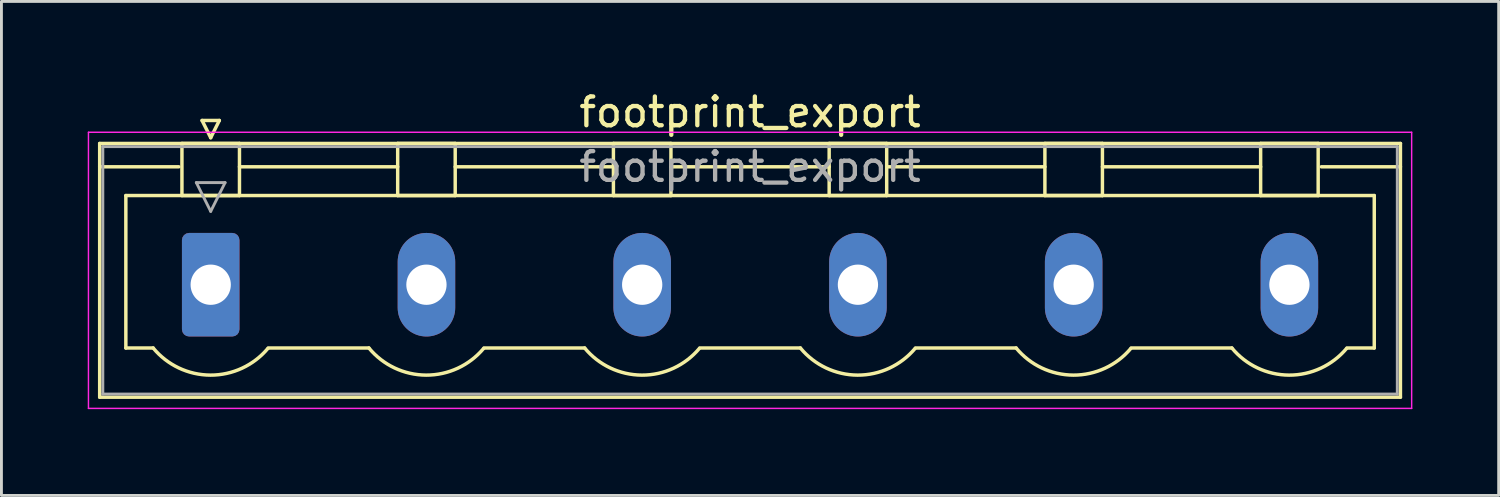
<source format=kicad_pcb>
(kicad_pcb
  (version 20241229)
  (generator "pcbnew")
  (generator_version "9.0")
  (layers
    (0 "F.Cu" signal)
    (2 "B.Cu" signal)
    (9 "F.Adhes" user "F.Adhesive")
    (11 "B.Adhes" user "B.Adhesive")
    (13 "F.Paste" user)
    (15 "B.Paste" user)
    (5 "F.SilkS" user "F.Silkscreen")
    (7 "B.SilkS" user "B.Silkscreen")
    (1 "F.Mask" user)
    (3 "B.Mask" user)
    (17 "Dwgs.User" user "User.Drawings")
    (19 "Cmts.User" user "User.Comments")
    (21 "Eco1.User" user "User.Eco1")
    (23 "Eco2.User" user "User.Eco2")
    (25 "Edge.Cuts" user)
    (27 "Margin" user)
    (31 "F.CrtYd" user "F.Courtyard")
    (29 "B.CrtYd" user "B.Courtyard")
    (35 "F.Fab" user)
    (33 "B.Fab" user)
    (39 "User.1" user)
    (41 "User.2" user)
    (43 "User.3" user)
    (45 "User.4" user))
  (footprint "footprint_export"
    (layer "F.Cu")
    (at 4.275 6.848)
    (property "Reference" "footprint_export" (at 18.75 -6 0) (layer "F.SilkS") (effects (font (size 1 1) (thickness 0.15))))
    (attr through_hole)
    (fp_line (start -3.86 -4.91) (end -3.86 3.91) (stroke (width 0.12) (type solid)) (layer "F.SilkS"))
    (fp_line (start -3.86 -4.1) (end -1.11 -4.1) (stroke (width 0.12) (type solid)) (layer "F.SilkS"))
    (fp_line (start -3.86 3.91) (end 41.36 3.91) (stroke (width 0.12) (type solid)) (layer "F.SilkS"))
    (fp_line (start -2.95 -3.1) (end 40.45 -3.1) (stroke (width 0.12) (type solid)) (layer "F.SilkS"))
    (fp_line (start -2.95 2.2) (end -2.95 -3.1) (stroke (width 0.12) (type solid)) (layer "F.SilkS"))
    (fp_line (start -2 2.2) (end -2.95 2.2) (stroke (width 0.12) (type solid)) (layer "F.SilkS"))
    (fp_line (start -1 -4.91) (end 1 -4.91) (stroke (width 0.12) (type solid)) (layer "F.SilkS"))
    (fp_line (start -1 -3.1) (end -1 -4.91) (stroke (width 0.12) (type solid)) (layer "F.SilkS"))
    (fp_line (start -0.3 -5.71) (end 0.3 -5.71) (stroke (width 0.12) (type solid)) (layer "F.SilkS"))
    (fp_line (start 0 -5.11) (end -0.3 -5.71) (stroke (width 0.12) (type solid)) (layer "F.SilkS"))
    (fp_line (start 0.3 -5.71) (end 0 -5.11) (stroke (width 0.12) (type solid)) (layer "F.SilkS"))
    (fp_line (start 1 -4.91) (end 1 -3.1) (stroke (width 0.12) (type solid)) (layer "F.SilkS"))
    (fp_line (start 1 -4.1) (end 6.5 -4.1) (stroke (width 0.12) (type solid)) (layer "F.SilkS"))
    (fp_line (start 1 -3.1) (end -1 -3.1) (stroke (width 0.12) (type solid)) (layer "F.SilkS"))
    (fp_line (start 2 2.2) (end 5.5 2.2) (stroke (width 0.12) (type solid)) (layer "F.SilkS"))
    (fp_line (start 6.5 -4.91) (end 8.5 -4.91) (stroke (width 0.12) (type solid)) (layer "F.SilkS"))
    (fp_line (start 6.5 -3.1) (end 6.5 -4.91) (stroke (width 0.12) (type solid)) (layer "F.SilkS"))
    (fp_line (start 8.5 -4.91) (end 8.5 -3.1) (stroke (width 0.12) (type solid)) (layer "F.SilkS"))
    (fp_line (start 8.5 -4.1) (end 14 -4.1) (stroke (width 0.12) (type solid)) (layer "F.SilkS"))
    (fp_line (start 8.5 -3.1) (end 6.5 -3.1) (stroke (width 0.12) (type solid)) (layer "F.SilkS"))
    (fp_line (start 9.5 2.2) (end 13 2.2) (stroke (width 0.12) (type solid)) (layer "F.SilkS"))
    (fp_line (start 14 -4.91) (end 16 -4.91) (stroke (width 0.12) (type solid)) (layer "F.SilkS"))
    (fp_line (start 14 -3.1) (end 14 -4.91) (stroke (width 0.12) (type solid)) (layer "F.SilkS"))
    (fp_line (start 16 -4.91) (end 16 -3.1) (stroke (width 0.12) (type solid)) (layer "F.SilkS"))
    (fp_line (start 16 -4.1) (end 21.5 -4.1) (stroke (width 0.12) (type solid)) (layer "F.SilkS"))
    (fp_line (start 16 -3.1) (end 14 -3.1) (stroke (width 0.12) (type solid)) (layer "F.SilkS"))
    (fp_line (start 17 2.2) (end 20.5 2.2) (stroke (width 0.12) (type solid)) (layer "F.SilkS"))
    (fp_line (start 21.5 -4.91) (end 23.5 -4.91) (stroke (width 0.12) (type solid)) (layer "F.SilkS"))
    (fp_line (start 21.5 -3.1) (end 21.5 -4.91) (stroke (width 0.12) (type solid)) (layer "F.SilkS"))
    (fp_line (start 23.5 -4.91) (end 23.5 -3.1) (stroke (width 0.12) (type solid)) (layer "F.SilkS"))
    (fp_line (start 23.5 -4.1) (end 29 -4.1) (stroke (width 0.12) (type solid)) (layer "F.SilkS"))
    (fp_line (start 23.5 -3.1) (end 21.5 -3.1) (stroke (width 0.12) (type solid)) (layer "F.SilkS"))
    (fp_line (start 24.5 2.2) (end 28 2.2) (stroke (width 0.12) (type solid)) (layer "F.SilkS"))
    (fp_line (start 29 -4.91) (end 31 -4.91) (stroke (width 0.12) (type solid)) (layer "F.SilkS"))
    (fp_line (start 29 -3.1) (end 29 -4.91) (stroke (width 0.12) (type solid)) (layer "F.SilkS"))
    (fp_line (start 31 -4.91) (end 31 -3.1) (stroke (width 0.12) (type solid)) (layer "F.SilkS"))
    (fp_line (start 31 -4.1) (end 36.5 -4.1) (stroke (width 0.12) (type solid)) (layer "F.SilkS"))
    (fp_line (start 31 -3.1) (end 29 -3.1) (stroke (width 0.12) (type solid)) (layer "F.SilkS"))
    (fp_line (start 32 2.2) (end 35.5 2.2) (stroke (width 0.12) (type solid)) (layer "F.SilkS"))
    (fp_line (start 36.5 -4.91) (end 38.5 -4.91) (stroke (width 0.12) (type solid)) (layer "F.SilkS"))
    (fp_line (start 36.5 -3.1) (end 36.5 -4.91) (stroke (width 0.12) (type solid)) (layer "F.SilkS"))
    (fp_line (start 38.5 -4.91) (end 38.5 -3.1) (stroke (width 0.12) (type solid)) (layer "F.SilkS"))
    (fp_line (start 38.5 -3.1) (end 36.5 -3.1) (stroke (width 0.12) (type solid)) (layer "F.SilkS"))
    (fp_line (start 40.45 -3.1) (end 40.45 2.2) (stroke (width 0.12) (type solid)) (layer "F.SilkS"))
    (fp_line (start 40.45 2.2) (end 39.5 2.2) (stroke (width 0.12) (type solid)) (layer "F.SilkS"))
    (fp_line (start 41.36 -4.91) (end -3.86 -4.91) (stroke (width 0.12) (type solid)) (layer "F.SilkS"))
    (fp_line (start 41.36 -4.1) (end 38.61 -4.1) (stroke (width 0.12) (type solid)) (layer "F.SilkS"))
    (fp_line (start 41.36 3.91) (end 41.36 -4.91) (stroke (width 0.12) (type solid)) (layer "F.SilkS"))
    (fp_arc (start 1.986842 2.215821) (mid -0.010289 3.142758) (end -2 2.2) (stroke (width 0.12) (type solid)) (layer "F.SilkS"))
    (fp_arc (start 9.486842 2.215821) (mid 7.489711 3.142758) (end 5.5 2.2) (stroke (width 0.12) (type solid)) (layer "F.SilkS"))
    (fp_arc (start 16.986842 2.215821) (mid 14.989711 3.142758) (end 13 2.2) (stroke (width 0.12) (type solid)) (layer "F.SilkS"))
    (fp_arc (start 24.486842 2.215821) (mid 22.489711 3.142758) (end 20.5 2.2) (stroke (width 0.12) (type solid)) (layer "F.SilkS"))
    (fp_arc (start 31.986842 2.215821) (mid 29.989711 3.142758) (end 28 2.2) (stroke (width 0.12) (type solid)) (layer "F.SilkS"))
    (fp_arc (start 39.486842 2.215821) (mid 37.489711 3.142758) (end 35.5 2.2) (stroke (width 0.12) (type solid)) (layer "F.SilkS"))
    (fp_line (start -4.25 -5.3) (end -4.25 4.3) (stroke (width 0.05) (type solid)) (layer "F.CrtYd"))
    (fp_line (start -4.25 4.3) (end 41.75 4.3) (stroke (width 0.05) (type solid)) (layer "F.CrtYd"))
    (fp_line (start 41.75 -5.3) (end -4.25 -5.3) (stroke (width 0.05) (type solid)) (layer "F.CrtYd"))
    (fp_line (start 41.75 4.3) (end 41.75 -5.3) (stroke (width 0.05) (type solid)) (layer "F.CrtYd"))
    (fp_line (start -3.75 -4.8) (end -3.75 3.8) (stroke (width 0.1) (type solid)) (layer "F.Fab"))
    (fp_line (start -3.75 3.8) (end 41.25 3.8) (stroke (width 0.1) (type solid)) (layer "F.Fab"))
    (fp_line (start -0.5 -3.55) (end 0.5 -3.55) (stroke (width 0.1) (type solid)) (layer "F.Fab"))
    (fp_line (start 0 -2.55) (end -0.5 -3.55) (stroke (width 0.1) (type solid)) (layer "F.Fab"))
    (fp_line (start 0.5 -3.55) (end 0 -2.55) (stroke (width 0.1) (type solid)) (layer "F.Fab"))
    (fp_line (start 41.25 -4.8) (end -3.75 -4.8) (stroke (width 0.1) (type solid)) (layer "F.Fab"))
    (fp_line (start 41.25 3.8) (end 41.25 -4.8) (stroke (width 0.1) (type solid)) (layer "F.Fab"))
    (fp_text user "${REFERENCE}" (at 18.75 -4.1 0) (layer "F.Fab") (effects (font (size 1 1) (thickness 0.15))))
    (pad "1" thru_hole roundrect (at 0 0) (size 2 3.6) (drill 1.4) (layers "*.Cu" "*.Mask") (roundrect_rratio 0.125))
    (pad "2" thru_hole oval (at 7.5 0) (size 2 3.6) (drill 1.4) (layers "*.Cu" "*.Mask"))
    (pad "3" thru_hole oval (at 15 0) (size 2 3.6) (drill 1.4) (layers "*.Cu" "*.Mask"))
    (pad "4" thru_hole oval (at 22.5 0) (size 2 3.6) (drill 1.4) (layers "*.Cu" "*.Mask"))
    (pad "5" thru_hole oval (at 30 0) (size 2 3.6) (drill 1.4) (layers "*.Cu" "*.Mask"))
    (pad "6" thru_hole oval (at 37.5 0) (size 2 3.6) (drill 1.4) (layers "*.Cu" "*.Mask")))
  (gr_rect
    (start -3 -3)
    (end 49.05 14.173)
    (stroke (width 0.1) (type default))
    (fill no)
    (layer "Edge.Cuts")))
</source>
